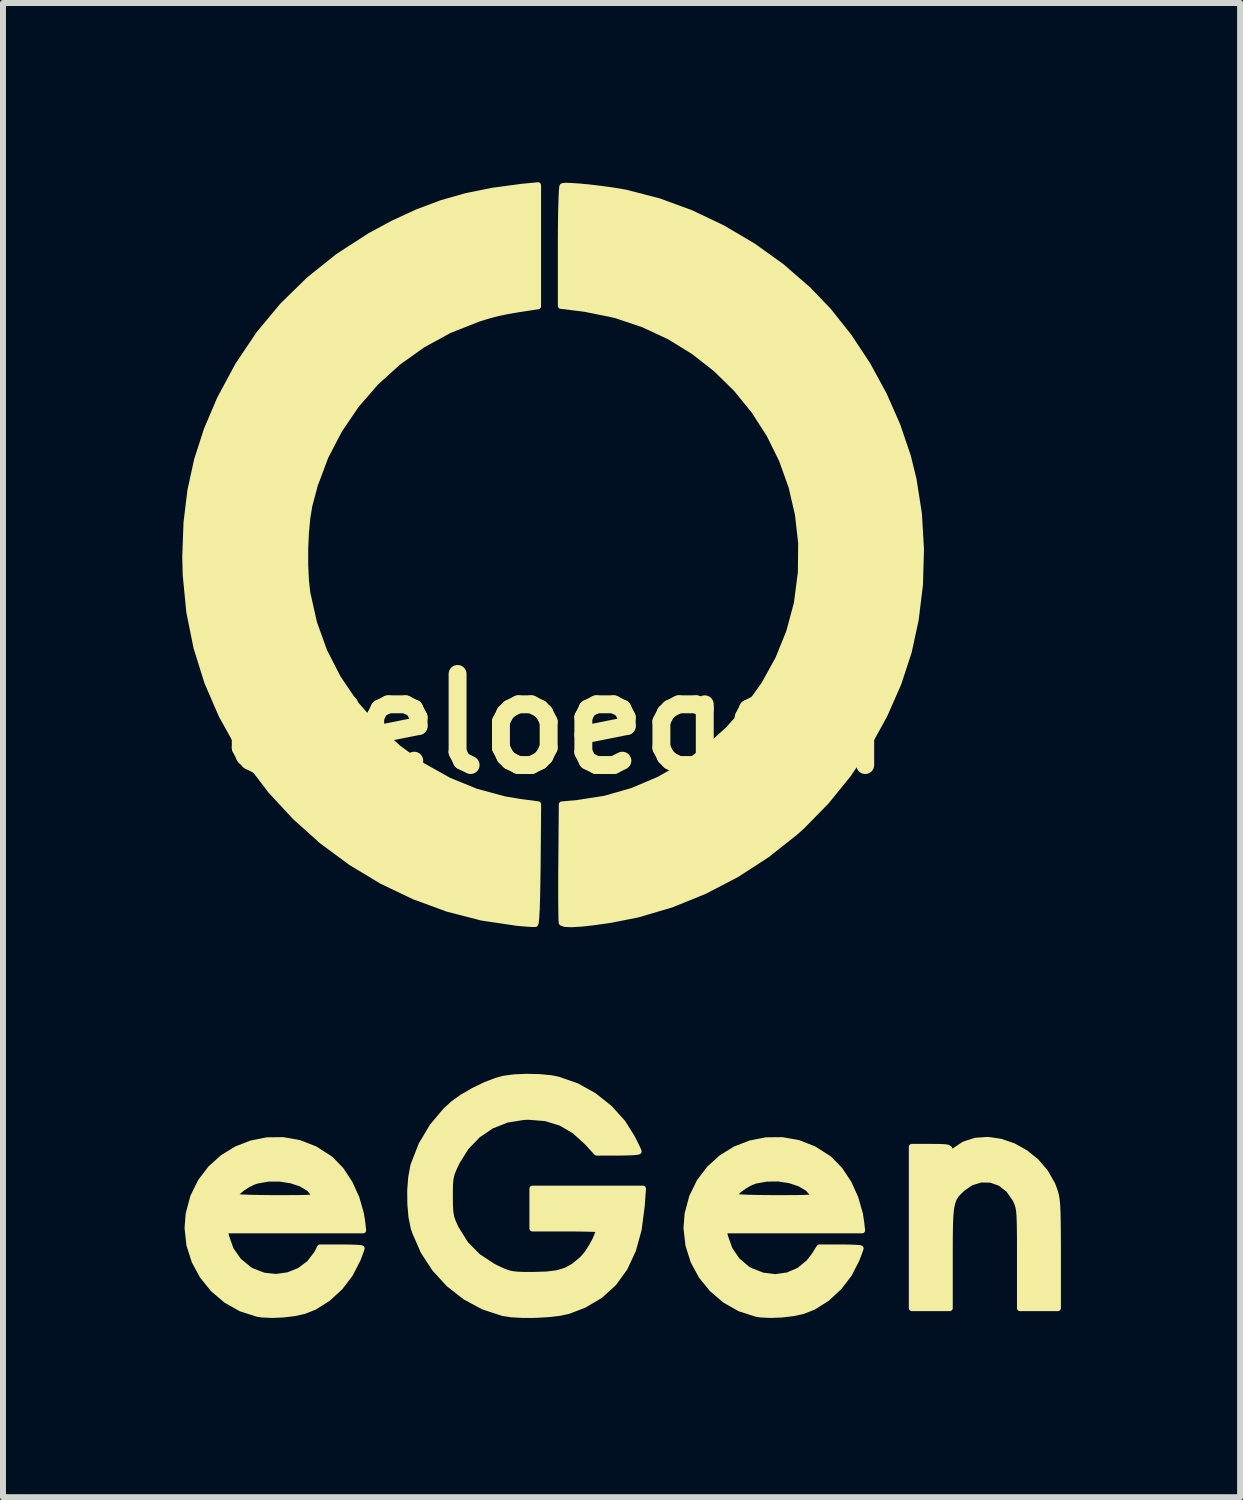
<source format=kicad_pcb>
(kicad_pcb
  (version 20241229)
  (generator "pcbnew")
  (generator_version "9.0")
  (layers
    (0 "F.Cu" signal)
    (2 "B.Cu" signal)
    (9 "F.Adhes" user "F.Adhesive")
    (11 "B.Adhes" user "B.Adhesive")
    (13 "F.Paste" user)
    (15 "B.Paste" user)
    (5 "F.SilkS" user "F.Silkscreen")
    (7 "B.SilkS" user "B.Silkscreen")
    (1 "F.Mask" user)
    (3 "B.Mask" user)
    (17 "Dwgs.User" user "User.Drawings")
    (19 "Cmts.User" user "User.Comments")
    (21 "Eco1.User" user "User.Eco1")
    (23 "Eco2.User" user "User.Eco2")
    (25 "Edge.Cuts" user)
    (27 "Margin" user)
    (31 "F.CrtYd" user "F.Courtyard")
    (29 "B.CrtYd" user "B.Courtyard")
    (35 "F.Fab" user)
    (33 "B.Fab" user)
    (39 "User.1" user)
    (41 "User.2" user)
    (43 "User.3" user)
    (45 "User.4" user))
  (footprint "oteloegen"
    (layer "F.Cu")
    (at 6.241 9.064)
    (property "Reference" "oteloegen" (at 0 0 0) (layer "F.SilkS") (effects (font (size 1.524 1.524) (thickness 0.3))))
    (attr through_hole)
    (fp_poly (pts (xy 8.414 9.779) (xy 8.096 9.779) (xy 7.779 9.779) (xy 7.779 8.944) (xy 7.779 8.692) (xy 7.778 8.495) (xy 7.775 8.344) (xy 7.771 8.232) (xy 7.764 8.148) (xy 7.753 8.086) (xy 7.738 8.036) (xy 7.719 7.99) (xy 7.7 7.952) (xy 7.59 7.794) (xy 7.451 7.686) (xy 7.291 7.629) (xy 7.123 7.626) (xy 6.957 7.678) (xy 6.82 7.773) (xy 6.759 7.83) (xy 6.71 7.883) (xy 6.673 7.942) (xy 6.646 8.014) (xy 6.627 8.106) (xy 6.615 8.227) (xy 6.608 8.386) (xy 6.605 8.589) (xy 6.604 8.846) (xy 6.604 8.937) (xy 6.604 9.779) (xy 6.287 9.779) (xy 5.969 9.779) (xy 5.969 8.43) (xy 5.969 7.08) (xy 6.287 7.08) (xy 6.431 7.081) (xy 6.523 7.085) (xy 6.575 7.094) (xy 6.598 7.112) (xy 6.604 7.14) (xy 6.604 7.149) (xy 6.604 7.218) (xy 6.675 7.153) (xy 6.844 7.039) (xy 7.036 6.977) (xy 7.243 6.963) (xy 7.456 6.994) (xy 7.668 7.067) (xy 7.868 7.178) (xy 8.05 7.325) (xy 8.203 7.504) (xy 8.321 7.712) (xy 8.35 7.788) (xy 8.369 7.845) (xy 8.384 7.906) (xy 8.395 7.978) (xy 8.403 8.069) (xy 8.408 8.187) (xy 8.411 8.342) (xy 8.413 8.541) (xy 8.414 8.793) (xy 8.414 8.873) (xy 8.414 9.779)) (stroke (width 0.1) (type solid)) (fill yes) (layer "F.SilkS"))
    (fp_poly (pts (xy -0.285 1.347) (xy -0.293 2.346) (xy -0.297 2.647) (xy -0.302 2.898) (xy -0.308 3.097) (xy -0.316 3.24) (xy -0.325 3.326) (xy -0.333 3.35) (xy -0.378 3.35) (xy -0.468 3.345) (xy -0.589 3.335) (xy -0.642 3.33) (xy -1.226 3.243) (xy -1.8 3.095) (xy -2.359 2.89) (xy -2.899 2.632) (xy -3.413 2.322) (xy -3.899 1.964) (xy -4.349 1.561) (xy -4.761 1.116) (xy -5.129 0.632) (xy -5.278 0.404) (xy -5.581 -0.14) (xy -5.823 -0.7) (xy -6.003 -1.277) (xy -6.123 -1.873) (xy -6.183 -2.488) (xy -6.191 -2.795) (xy -6.17 -3.367) (xy -6.105 -3.904) (xy -5.993 -4.418) (xy -5.83 -4.922) (xy -5.615 -5.428) (xy -5.61 -5.439) (xy -5.308 -6.001) (xy -4.96 -6.52) (xy -4.564 -6.997) (xy -4.122 -7.43) (xy -3.634 -7.821) (xy -3.099 -8.167) (xy -2.714 -8.375) (xy -2.304 -8.564) (xy -1.899 -8.716) (xy -1.483 -8.834) (xy -1.04 -8.923) (xy -0.555 -8.988) (xy -0.452 -8.998) (xy -0.286 -9.014) (xy -0.286 -8.001) (xy -0.286 -6.988) (xy -0.389 -6.973) (xy -0.62 -6.937) (xy -0.806 -6.905) (xy -0.963 -6.872) (xy -1.108 -6.834) (xy -1.259 -6.788) (xy -1.3 -6.774) (xy -1.776 -6.585) (xy -2.22 -6.342) (xy -2.629 -6.05) (xy -3 -5.714) (xy -3.328 -5.336) (xy -3.61 -4.921) (xy -3.843 -4.474) (xy -4.022 -3.997) (xy -4.115 -3.646) (xy -4.148 -3.443) (xy -4.171 -3.197) (xy -4.183 -2.928) (xy -4.183 -2.658) (xy -4.171 -2.405) (xy -4.148 -2.191) (xy -4.146 -2.183) (xy -4.034 -1.686) (xy -3.864 -1.214) (xy -3.635 -0.767) (xy -3.348 -0.343) (xy -3.009 0.05) (xy -2.628 0.403) (xy -2.218 0.703) (xy -1.781 0.948) (xy -1.322 1.135) (xy -0.845 1.264) (xy -0.593 1.306) (xy -0.285 1.347)) (stroke (width 0.1) (type solid)) (fill yes) (layer "F.SilkS"))
    (fp_poly (pts (xy 5.137 8.477) (xy 4.327 8.477) (xy 4.327 7.893) (xy 4.319 7.876) (xy 4.232 7.775) (xy 4.096 7.695) (xy 3.927 7.638) (xy 3.736 7.609) (xy 3.538 7.611) (xy 3.346 7.646) (xy 3.341 7.647) (xy 3.251 7.685) (xy 3.154 7.742) (xy 3.066 7.808) (xy 3.004 7.869) (xy 2.985 7.909) (xy 3.015 7.918) (xy 3.1 7.925) (xy 3.231 7.931) (xy 3.399 7.935) (xy 3.596 7.937) (xy 3.668 7.938) (xy 3.893 7.937) (xy 4.061 7.936) (xy 4.182 7.934) (xy 4.261 7.929) (xy 4.306 7.921) (xy 4.326 7.909) (xy 4.327 7.893) (xy 4.327 8.477) (xy 3.979 8.477) (xy 2.821 8.477) (xy 2.843 8.58) (xy 2.919 8.794) (xy 3.043 8.978) (xy 3.209 9.12) (xy 3.258 9.15) (xy 3.472 9.234) (xy 3.687 9.26) (xy 3.894 9.23) (xy 4.084 9.148) (xy 4.247 9.014) (xy 4.337 8.898) (xy 4.422 8.763) (xy 4.767 8.763) (xy 4.906 8.764) (xy 5.019 8.768) (xy 5.091 8.773) (xy 5.112 8.778) (xy 5.101 8.813) (xy 5.073 8.888) (xy 5.046 8.96) (xy 4.92 9.207) (xy 4.75 9.429) (xy 4.547 9.616) (xy 4.323 9.758) (xy 4.148 9.827) (xy 3.989 9.862) (xy 3.801 9.885) (xy 3.61 9.893) (xy 3.441 9.885) (xy 3.369 9.874) (xy 3.092 9.785) (xy 2.843 9.644) (xy 2.627 9.46) (xy 2.449 9.24) (xy 2.315 8.992) (xy 2.23 8.723) (xy 2.198 8.44) (xy 2.216 8.202) (xy 2.293 7.915) (xy 2.418 7.661) (xy 2.585 7.442) (xy 2.787 7.26) (xy 3.016 7.119) (xy 3.266 7.022) (xy 3.529 6.97) (xy 3.798 6.967) (xy 4.068 7.015) (xy 4.33 7.117) (xy 4.577 7.276) (xy 4.598 7.293) (xy 4.766 7.467) (xy 4.911 7.686) (xy 5.025 7.938) (xy 5.101 8.206) (xy 5.122 8.342) (xy 5.137 8.477)) (stroke (width 0.1) (type solid)) (fill yes) (layer "F.SilkS"))
    (fp_poly (pts (xy -3.213 8.477) (xy -4.023 8.477) (xy -4.023 7.893) (xy -4.031 7.876) (xy -4.118 7.775) (xy -4.253 7.695) (xy -4.42 7.64) (xy -4.608 7.611) (xy -4.801 7.611) (xy -4.987 7.644) (xy -5.048 7.664) (xy -5.146 7.712) (xy -5.242 7.774) (xy -5.319 7.84) (xy -5.362 7.896) (xy -5.366 7.912) (xy -5.336 7.919) (xy -5.251 7.926) (xy -5.121 7.931) (xy -4.955 7.935) (xy -4.763 7.937) (xy -4.682 7.938) (xy -4.457 7.937) (xy -4.289 7.936) (xy -4.169 7.934) (xy -4.09 7.929) (xy -4.044 7.921) (xy -4.024 7.909) (xy -4.023 7.893) (xy -4.023 8.477) (xy -4.371 8.477) (xy -5.53 8.477) (xy -5.507 8.58) (xy -5.429 8.8) (xy -5.298 8.987) (xy -5.12 9.134) (xy -5.076 9.159) (xy -4.877 9.235) (xy -4.67 9.257) (xy -4.466 9.228) (xy -4.277 9.152) (xy -4.115 9.031) (xy -3.991 8.87) (xy -3.981 8.851) (xy -3.935 8.763) (xy -3.587 8.763) (xy -3.447 8.764) (xy -3.334 8.768) (xy -3.26 8.773) (xy -3.239 8.778) (xy -3.249 8.813) (xy -3.277 8.888) (xy -3.304 8.96) (xy -3.431 9.207) (xy -3.6 9.429) (xy -3.803 9.616) (xy -4.028 9.758) (xy -4.202 9.827) (xy -4.361 9.862) (xy -4.549 9.885) (xy -4.74 9.893) (xy -4.909 9.885) (xy -4.981 9.874) (xy -5.258 9.785) (xy -5.507 9.644) (xy -5.723 9.46) (xy -5.901 9.24) (xy -6.035 8.992) (xy -6.121 8.723) (xy -6.152 8.44) (xy -6.134 8.202) (xy -6.057 7.915) (xy -5.932 7.661) (xy -5.765 7.442) (xy -5.563 7.26) (xy -5.334 7.119) (xy -5.085 7.022) (xy -4.822 6.97) (xy -4.552 6.967) (xy -4.283 7.015) (xy -4.021 7.117) (xy -3.773 7.276) (xy -3.752 7.293) (xy -3.584 7.467) (xy -3.44 7.686) (xy -3.325 7.938) (xy -3.249 8.206) (xy -3.228 8.342) (xy -3.213 8.477)) (stroke (width 0.1) (type solid)) (fill yes) (layer "F.SilkS"))
    (fp_poly (pts (xy 6.123 -2.919) (xy 6.105 -2.322) (xy 6.033 -1.736) (xy 5.918 -1.206) (xy 5.744 -0.676) (xy 5.513 -0.15) (xy 5.232 0.36) (xy 4.905 0.847) (xy 4.539 1.298) (xy 4.14 1.706) (xy 4.024 1.811) (xy 3.546 2.19) (xy 3.035 2.521) (xy 2.499 2.8) (xy 1.944 3.025) (xy 1.377 3.192) (xy 0.921 3.282) (xy 0.654 3.32) (xy 0.437 3.344) (xy 0.273 3.354) (xy 0.163 3.349) (xy 0.113 3.331) (xy 0.11 3.327) (xy 0.106 3.286) (xy 0.104 3.189) (xy 0.102 3.046) (xy 0.101 2.863) (xy 0.101 2.649) (xy 0.102 2.413) (xy 0.103 2.317) (xy 0.111 1.349) (xy 0.366 1.326) (xy 0.838 1.252) (xy 1.297 1.12) (xy 1.737 0.933) (xy 2.155 0.696) (xy 2.544 0.413) (xy 2.902 0.089) (xy 3.222 -0.272) (xy 3.501 -0.666) (xy 3.734 -1.088) (xy 3.915 -1.535) (xy 4.041 -2.001) (xy 4.048 -2.038) (xy 4.112 -2.535) (xy 4.117 -3.025) (xy 4.063 -3.505) (xy 3.955 -3.97) (xy 3.795 -4.416) (xy 3.586 -4.84) (xy 3.331 -5.237) (xy 3.033 -5.604) (xy 2.695 -5.936) (xy 2.32 -6.23) (xy 1.91 -6.482) (xy 1.469 -6.687) (xy 1 -6.843) (xy 0.505 -6.944) (xy 0.41 -6.957) (xy 0.095 -6.995) (xy 0.095 -7.988) (xy 0.096 -8.233) (xy 0.098 -8.457) (xy 0.102 -8.652) (xy 0.107 -8.811) (xy 0.113 -8.926) (xy 0.119 -8.989) (xy 0.123 -8.998) (xy 0.17 -9.005) (xy 0.267 -9.002) (xy 0.402 -8.993) (xy 0.563 -8.978) (xy 0.737 -8.957) (xy 0.912 -8.934) (xy 1.075 -8.909) (xy 1.189 -8.888) (xy 1.736 -8.746) (xy 2.278 -8.547) (xy 2.808 -8.294) (xy 3.317 -7.993) (xy 3.795 -7.649) (xy 4.234 -7.267) (xy 4.574 -6.913) (xy 4.917 -6.481) (xy 5.228 -6.01) (xy 5.5 -5.511) (xy 5.727 -4.996) (xy 5.903 -4.477) (xy 5.998 -4.092) (xy 6.088 -3.513) (xy 6.123 -2.919)) (stroke (width 0.1) (type solid)) (fill yes) (layer "F.SilkS"))
    (fp_poly (pts (xy 1.47 7.779) (xy 1.449 8.071) (xy 1.398 8.461) (xy 1.303 8.806) (xy 1.164 9.105) (xy 0.982 9.357) (xy 0.756 9.564) (xy 0.485 9.725) (xy 0.222 9.826) (xy 0.072 9.858) (xy -0.119 9.88) (xy -0.332 9.892) (xy -0.544 9.893) (xy -0.734 9.882) (xy -0.873 9.861) (xy -1.201 9.753) (xy -1.504 9.59) (xy -1.776 9.378) (xy -2.011 9.123) (xy -2.202 8.831) (xy -2.344 8.506) (xy -2.369 8.43) (xy -2.405 8.252) (xy -2.424 8.036) (xy -2.426 7.808) (xy -2.409 7.589) (xy -2.375 7.404) (xy -2.369 7.382) (xy -2.238 7.046) (xy -2.056 6.739) (xy -1.83 6.471) (xy -1.704 6.356) (xy -1.554 6.249) (xy -1.37 6.142) (xy -1.173 6.046) (xy -0.985 5.974) (xy -0.864 5.94) (xy -0.686 5.916) (xy -0.478 5.907) (xy -0.262 5.912) (xy -0.066 5.931) (xy 0.049 5.954) (xy 0.361 6.063) (xy 0.651 6.225) (xy 0.911 6.432) (xy 1.13 6.675) (xy 1.278 6.91) (xy 1.334 7.018) (xy 1.375 7.104) (xy 1.396 7.152) (xy 1.397 7.156) (xy 1.367 7.164) (xy 1.287 7.17) (xy 1.169 7.174) (xy 1.045 7.176) (xy 0.694 7.176) (xy 0.536 7.003) (xy 0.325 6.811) (xy 0.095 6.677) (xy -0.16 6.599) (xy -0.446 6.576) (xy -0.526 6.579) (xy -0.807 6.624) (xy -1.066 6.726) (xy -1.296 6.882) (xy -1.492 7.086) (xy -1.643 7.327) (xy -1.696 7.439) (xy -1.731 7.526) (xy -1.751 7.609) (xy -1.76 7.708) (xy -1.762 7.843) (xy -1.762 7.905) (xy -1.761 8.059) (xy -1.754 8.17) (xy -1.739 8.256) (xy -1.711 8.338) (xy -1.667 8.434) (xy -1.656 8.455) (xy -1.499 8.706) (xy -1.293 8.915) (xy -1.041 9.081) (xy -0.986 9.109) (xy -0.882 9.157) (xy -0.799 9.19) (xy -0.72 9.209) (xy -0.627 9.219) (xy -0.503 9.223) (xy -0.365 9.223) (xy -0.139 9.216) (xy 0.04 9.193) (xy 0.186 9.148) (xy 0.314 9.076) (xy 0.439 8.973) (xy 0.469 8.945) (xy 0.541 8.858) (xy 0.614 8.745) (xy 0.677 8.626) (xy 0.719 8.52) (xy 0.73 8.46) (xy 0.7 8.455) (xy 0.617 8.451) (xy 0.49 8.448) (xy 0.331 8.446) (xy 0.175 8.445) (xy -0.381 8.445) (xy -0.381 8.112) (xy -0.381 7.779) (xy 0.545 7.779) (xy 1.47 7.779)) (stroke (width 0.1) (type solid)) (fill yes) (layer "F.SilkS")))
  (gr_rect
    (start -3 -3)
    (end 17.704 22.007)
    (stroke (width 0.1) (type default))
    (fill no)
    (layer "Edge.Cuts")))
</source>
